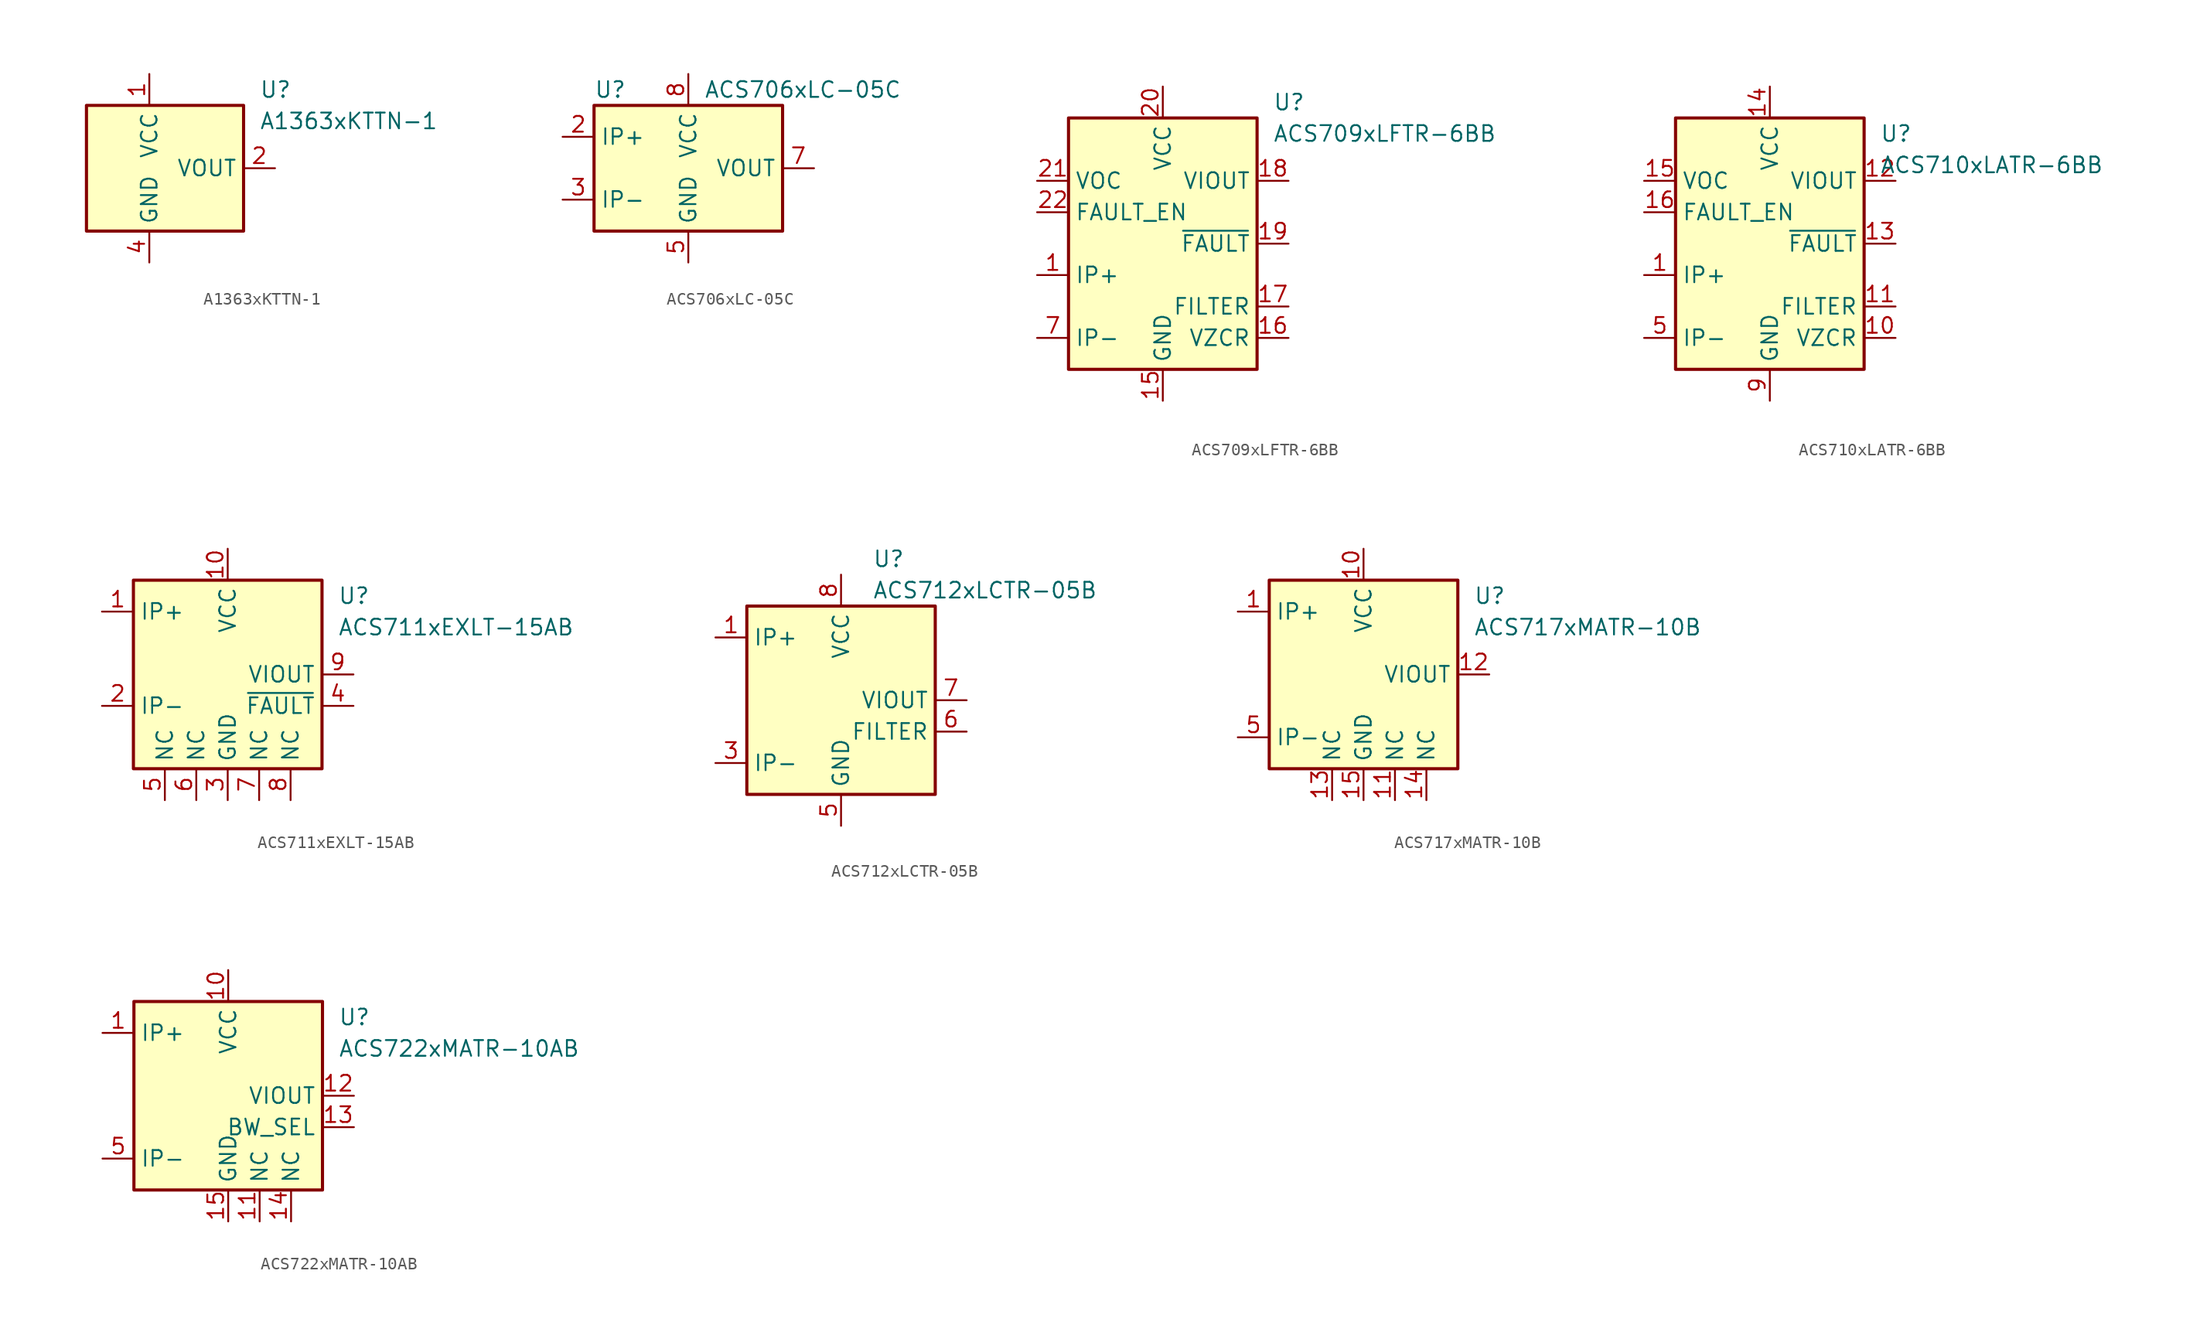
<source format=kicad_sym>
(kicad_symbol_lib
  (version 20220914)
  (generator kicad_symbol_editor)
  (symbol "A1363xKTTN-1"
    (property "Reference" "U"
      (at 8.89 6.35 0)
      (effects (font (size 1.27 1.27)) (justify left)))
    (property "Value" "A1363xKTTN-1"
      (at 8.89 3.81 0)
      (effects (font (size 1.27 1.27)) (justify left)))
    (symbol "A1363xKTTN-1_0_1"
      (rectangle (start -5.08 5.08) (end 7.62 -5.08) (stroke (width 0.254) (type default)) (fill (type background))))
    (symbol "A1363xKTTN-1_1_1"
      (pin power_in line (at 0 7.62 270) (length 2.54) (name "VCC" (effects (font (size 1.27 1.27)))) (number "1" (effects (font (size 1.27 1.27)))))
      (pin output line (at 10.16 0 180) (length 2.54) (name "VOUT" (effects (font (size 1.27 1.27)))) (number "2" (effects (font (size 1.27 1.27)))))
      (pin no_connect line (at 7.62 -2.54 180) (length 2.54) hide (name "NC" (effects (font (size 1.27 1.27)))) (number "3" (effects (font (size 1.27 1.27)))))
      (pin power_in line (at 0 -7.62 90) (length 2.54) (name "GND" (effects (font (size 1.27 1.27)))) (number "4" (effects (font (size 1.27 1.27)))))))
  (symbol "ACS706xLC-05C"
    (property "Reference" "U"
      (at -7.62 6.35 0)
      (effects (font (size 1.27 1.27)) (justify left)))
    (property "Value" "ACS706xLC-05C"
      (at 1.27 6.35 0)
      (effects (font (size 1.27 1.27)) (justify left)))
    (symbol "ACS706xLC-05C_0_1"
      (rectangle (start -7.62 5.08) (end 7.62 -5.08) (stroke (width 0.254) (type default)) (fill (type background))))
    (symbol "ACS706xLC-05C_1_1"
      (pin passive line (at -10.16 2.54 0) (length 2.54) hide (name "IP+" (effects (font (size 1.27 1.27)))) (number "1" (effects (font (size 1.27 1.27)))))
      (pin passive line (at -10.16 2.54 0) (length 2.54) (name "IP+" (effects (font (size 1.27 1.27)))) (number "2" (effects (font (size 1.27 1.27)))))
      (pin passive line (at -10.16 -2.54 0) (length 2.54) (name "IP-" (effects (font (size 1.27 1.27)))) (number "3" (effects (font (size 1.27 1.27)))))
      (pin passive line (at -10.16 -2.54 0) (length 2.54) hide (name "IP-" (effects (font (size 1.27 1.27)))) (number "4" (effects (font (size 1.27 1.27)))))
      (pin power_in line (at 0 -7.62 90) (length 2.54) (name "GND" (effects (font (size 1.27 1.27)))) (number "5" (effects (font (size 1.27 1.27)))))
      (pin no_connect line (at 7.62 -2.54 180) (length 2.54) hide (name "NC" (effects (font (size 1.27 1.27)))) (number "6" (effects (font (size 1.27 1.27)))))
      (pin output line (at 10.16 0 180) (length 2.54) (name "VOUT" (effects (font (size 1.27 1.27)))) (number "7" (effects (font (size 1.27 1.27)))))
      (pin power_in line (at 0 7.62 270) (length 2.54) (name "VCC" (effects (font (size 1.27 1.27)))) (number "8" (effects (font (size 1.27 1.27)))))))
  (symbol "ACS709xLFTR-6BB"
    (property "Reference" "U"
      (at 8.89 11.43 0)
      (effects (font (size 1.27 1.27)) (justify left)))
    (property "Value" "ACS709xLFTR-6BB"
      (at 8.89 8.89 0)
      (effects (font (size 1.27 1.27)) (justify left)))
    (symbol "ACS709xLFTR-6BB_0_1"
      (rectangle (start -7.62 10.16) (end 7.62 -10.16) (stroke (width 0.254) (type default)) (fill (type background))))
    (symbol "ACS709xLFTR-6BB_1_1"
      (pin passive line (at -10.16 -2.54 0) (length 2.54) (name "IP+" (effects (font (size 1.27 1.27)))) (number "1" (effects (font (size 1.27 1.27)))))
      (pin passive line (at -10.16 -7.62 0) (length 2.54) hide (name "IP-" (effects (font (size 1.27 1.27)))) (number "10" (effects (font (size 1.27 1.27)))))
      (pin passive line (at -10.16 -7.62 0) (length 2.54) hide (name "IP-" (effects (font (size 1.27 1.27)))) (number "11" (effects (font (size 1.27 1.27)))))
      (pin passive line (at -10.16 -7.62 0) (length 2.54) hide (name "IP-" (effects (font (size 1.27 1.27)))) (number "12" (effects (font (size 1.27 1.27)))))
      (pin no_connect line (at -7.62 10.16 0) (length 2.54) hide (name "NC" (effects (font (size 1.27 1.27)))) (number "13" (effects (font (size 1.27 1.27)))))
      (pin no_connect line (at -7.62 7.62 0) (length 2.54) hide (name "NC" (effects (font (size 1.27 1.27)))) (number "14" (effects (font (size 1.27 1.27)))))
      (pin power_in line (at 0 -12.7 90) (length 2.54) (name "GND" (effects (font (size 1.27 1.27)))) (number "15" (effects (font (size 1.27 1.27)))))
      (pin passive line (at 10.16 -7.62 180) (length 2.54) (name "VZCR" (effects (font (size 1.27 1.27)))) (number "16" (effects (font (size 1.27 1.27)))))
      (pin passive line (at 10.16 -5.08 180) (length 2.54) (name "FILTER" (effects (font (size 1.27 1.27)))) (number "17" (effects (font (size 1.27 1.27)))))
      (pin output line (at 10.16 5.08 180) (length 2.54) (name "VIOUT" (effects (font (size 1.27 1.27)))) (number "18" (effects (font (size 1.27 1.27)))))
      (pin output line (at 10.16 0 180) (length 2.54) (name "~{FAULT}" (effects (font (size 1.27 1.27)))) (number "19" (effects (font (size 1.27 1.27)))))
      (pin passive line (at -10.16 -2.54 0) (length 2.54) hide (name "IP+" (effects (font (size 1.27 1.27)))) (number "2" (effects (font (size 1.27 1.27)))))
      (pin power_in line (at 0 12.7 270) (length 2.54) (name "VCC" (effects (font (size 1.27 1.27)))) (number "20" (effects (font (size 1.27 1.27)))))
      (pin input line (at -10.16 5.08 0) (length 2.54) (name "VOC" (effects (font (size 1.27 1.27)))) (number "21" (effects (font (size 1.27 1.27)))))
      (pin input line (at -10.16 2.54 0) (length 2.54) (name "FAULT_EN" (effects (font (size 1.27 1.27)))) (number "22" (effects (font (size 1.27 1.27)))))
      (pin no_connect line (at -7.62 0 0) (length 2.54) hide (name "NC" (effects (font (size 1.27 1.27)))) (number "23" (effects (font (size 1.27 1.27)))))
      (pin no_connect line (at -7.62 -5.08 0) (length 2.54) hide (name "NC" (effects (font (size 1.27 1.27)))) (number "24" (effects (font (size 1.27 1.27)))))
      (pin passive line (at -10.16 -2.54 0) (length 2.54) hide (name "IP+" (effects (font (size 1.27 1.27)))) (number "3" (effects (font (size 1.27 1.27)))))
      (pin passive line (at -10.16 -2.54 0) (length 2.54) hide (name "IP+" (effects (font (size 1.27 1.27)))) (number "4" (effects (font (size 1.27 1.27)))))
      (pin passive line (at -10.16 -2.54 0) (length 2.54) hide (name "IP+" (effects (font (size 1.27 1.27)))) (number "5" (effects (font (size 1.27 1.27)))))
      (pin passive line (at -10.16 -2.54 0) (length 2.54) hide (name "IP+" (effects (font (size 1.27 1.27)))) (number "6" (effects (font (size 1.27 1.27)))))
      (pin passive line (at -10.16 -7.62 0) (length 2.54) (name "IP-" (effects (font (size 1.27 1.27)))) (number "7" (effects (font (size 1.27 1.27)))))
      (pin passive line (at -10.16 -7.62 0) (length 2.54) hide (name "IP-" (effects (font (size 1.27 1.27)))) (number "8" (effects (font (size 1.27 1.27)))))
      (pin passive line (at -10.16 -7.62 0) (length 2.54) hide (name "IP-" (effects (font (size 1.27 1.27)))) (number "9" (effects (font (size 1.27 1.27)))))))
  (symbol "ACS710xLATR-6BB"
    (property "Reference" "U"
      (at 8.89 8.89 0)
      (effects (font (size 1.27 1.27)) (justify left)))
    (property "Value" "ACS710xLATR-6BB"
      (at 8.89 6.35 0)
      (effects (font (size 1.27 1.27)) (justify left)))
    (symbol "ACS710xLATR-6BB_0_1"
      (rectangle (start -7.62 10.16) (end 7.62 -10.16) (stroke (width 0.254) (type default)) (fill (type background))))
    (symbol "ACS710xLATR-6BB_1_1"
      (pin passive line (at -10.16 -2.54 0) (length 2.54) (name "IP+" (effects (font (size 1.27 1.27)))) (number "1" (effects (font (size 1.27 1.27)))))
      (pin passive line (at 10.16 -7.62 180) (length 2.54) (name "VZCR" (effects (font (size 1.27 1.27)))) (number "10" (effects (font (size 1.27 1.27)))))
      (pin passive line (at 10.16 -5.08 180) (length 2.54) (name "FILTER" (effects (font (size 1.27 1.27)))) (number "11" (effects (font (size 1.27 1.27)))))
      (pin output line (at 10.16 5.08 180) (length 2.54) (name "VIOUT" (effects (font (size 1.27 1.27)))) (number "12" (effects (font (size 1.27 1.27)))))
      (pin output line (at 10.16 0 180) (length 2.54) (name "~{FAULT}" (effects (font (size 1.27 1.27)))) (number "13" (effects (font (size 1.27 1.27)))))
      (pin power_in line (at 0 12.7 270) (length 2.54) (name "VCC" (effects (font (size 1.27 1.27)))) (number "14" (effects (font (size 1.27 1.27)))))
      (pin input line (at -10.16 5.08 0) (length 2.54) (name "VOC" (effects (font (size 1.27 1.27)))) (number "15" (effects (font (size 1.27 1.27)))))
      (pin input line (at -10.16 2.54 0) (length 2.54) (name "FAULT_EN" (effects (font (size 1.27 1.27)))) (number "16" (effects (font (size 1.27 1.27)))))
      (pin passive line (at -10.16 -2.54 0) (length 2.54) hide (name "IP+" (effects (font (size 1.27 1.27)))) (number "2" (effects (font (size 1.27 1.27)))))
      (pin passive line (at -10.16 -2.54 0) (length 2.54) hide (name "IP+" (effects (font (size 1.27 1.27)))) (number "3" (effects (font (size 1.27 1.27)))))
      (pin passive line (at -10.16 -2.54 0) (length 2.54) hide (name "IP+" (effects (font (size 1.27 1.27)))) (number "4" (effects (font (size 1.27 1.27)))))
      (pin passive line (at -10.16 -7.62 0) (length 2.54) (name "IP-" (effects (font (size 1.27 1.27)))) (number "5" (effects (font (size 1.27 1.27)))))
      (pin passive line (at -10.16 -7.62 0) (length 2.54) hide (name "IP-" (effects (font (size 1.27 1.27)))) (number "6" (effects (font (size 1.27 1.27)))))
      (pin passive line (at -10.16 -7.62 0) (length 2.54) hide (name "IP-" (effects (font (size 1.27 1.27)))) (number "7" (effects (font (size 1.27 1.27)))))
      (pin passive line (at -10.16 -7.62 0) (length 2.54) hide (name "IP-" (effects (font (size 1.27 1.27)))) (number "8" (effects (font (size 1.27 1.27)))))
      (pin power_in line (at 0 -12.7 90) (length 2.54) (name "GND" (effects (font (size 1.27 1.27)))) (number "9" (effects (font (size 1.27 1.27)))))))
  (symbol "ACS711xEXLT-15AB"
    (property "Reference" "U"
      (at 8.89 6.35 0)
      (effects (font (size 1.27 1.27)) (justify left)))
    (property "Value" "ACS711xEXLT-15AB"
      (at 8.89 3.81 0)
      (effects (font (size 1.27 1.27)) (justify left)))
    (symbol "ACS711xEXLT-15AB_0_1"
      (rectangle (start -7.62 7.62) (end 7.62 -7.62) (stroke (width 0.254) (type default)) (fill (type background))))
    (symbol "ACS711xEXLT-15AB_1_1"
      (pin passive line (at -10.16 5.08 0) (length 2.54) (name "IP+" (effects (font (size 1.27 1.27)))) (number "1" (effects (font (size 1.27 1.27)))))
      (pin power_in line (at 0 10.16 270) (length 2.54) (name "VCC" (effects (font (size 1.27 1.27)))) (number "10" (effects (font (size 1.27 1.27)))))
      (pin passive line (at -10.16 -2.54 0) (length 2.54) (name "IP-" (effects (font (size 1.27 1.27)))) (number "2" (effects (font (size 1.27 1.27)))))
      (pin power_in line (at 0 -10.16 90) (length 2.54) (name "GND" (effects (font (size 1.27 1.27)))) (number "3" (effects (font (size 1.27 1.27)))))
      (pin output line (at 10.16 -2.54 180) (length 2.54) (name "~{FAULT}" (effects (font (size 1.27 1.27)))) (number "4" (effects (font (size 1.27 1.27)))))
      (pin passive line (at -5.08 -10.16 90) (length 2.54) (name "NC" (effects (font (size 1.27 1.27)))) (number "5" (effects (font (size 1.27 1.27)))))
      (pin passive line (at -2.54 -10.16 90) (length 2.54) (name "NC" (effects (font (size 1.27 1.27)))) (number "6" (effects (font (size 1.27 1.27)))))
      (pin passive line (at 2.54 -10.16 90) (length 2.54) (name "NC" (effects (font (size 1.27 1.27)))) (number "7" (effects (font (size 1.27 1.27)))))
      (pin passive line (at 5.08 -10.16 90) (length 2.54) (name "NC" (effects (font (size 1.27 1.27)))) (number "8" (effects (font (size 1.27 1.27)))))
      (pin output line (at 10.16 0 180) (length 2.54) (name "VIOUT" (effects (font (size 1.27 1.27)))) (number "9" (effects (font (size 1.27 1.27)))))))
  (symbol "ACS712xLCTR-05B"
    (property "Reference" "U"
      (at 2.54 11.43 0)
      (effects (font (size 1.27 1.27)) (justify left)))
    (property "Value" "ACS712xLCTR-05B"
      (at 2.54 8.89 0)
      (effects (font (size 1.27 1.27)) (justify left)))
    (symbol "ACS712xLCTR-05B_0_1"
      (rectangle (start -7.62 7.62) (end 7.62 -7.62) (stroke (width 0.254) (type default)) (fill (type background))))
    (symbol "ACS712xLCTR-05B_1_1"
      (pin passive line (at -10.16 5.08 0) (length 2.54) (name "IP+" (effects (font (size 1.27 1.27)))) (number "1" (effects (font (size 1.27 1.27)))))
      (pin passive line (at -10.16 5.08 0) (length 2.54) hide (name "IP+" (effects (font (size 1.27 1.27)))) (number "2" (effects (font (size 1.27 1.27)))))
      (pin passive line (at -10.16 -5.08 0) (length 2.54) (name "IP-" (effects (font (size 1.27 1.27)))) (number "3" (effects (font (size 1.27 1.27)))))
      (pin passive line (at -10.16 -5.08 0) (length 2.54) hide (name "IP-" (effects (font (size 1.27 1.27)))) (number "4" (effects (font (size 1.27 1.27)))))
      (pin power_in line (at 0 -10.16 90) (length 2.54) (name "GND" (effects (font (size 1.27 1.27)))) (number "5" (effects (font (size 1.27 1.27)))))
      (pin passive line (at 10.16 -2.54 180) (length 2.54) (name "FILTER" (effects (font (size 1.27 1.27)))) (number "6" (effects (font (size 1.27 1.27)))))
      (pin output line (at 10.16 0 180) (length 2.54) (name "VIOUT" (effects (font (size 1.27 1.27)))) (number "7" (effects (font (size 1.27 1.27)))))
      (pin power_in line (at 0 10.16 270) (length 2.54) (name "VCC" (effects (font (size 1.27 1.27)))) (number "8" (effects (font (size 1.27 1.27)))))))
  (symbol "ACS717xMATR-10B"
    (property "Reference" "U"
      (at 8.89 6.35 0)
      (effects (font (size 1.27 1.27)) (justify left)))
    (property "Value" "ACS717xMATR-10B"
      (at 8.89 3.81 0)
      (effects (font (size 1.27 1.27)) (justify left)))
    (symbol "ACS717xMATR-10B_0_1"
      (rectangle (start -7.62 7.62) (end 7.62 -7.62) (stroke (width 0.254) (type default)) (fill (type background))))
    (symbol "ACS717xMATR-10B_1_1"
      (pin passive line (at -10.16 5.08 0) (length 2.54) (name "IP+" (effects (font (size 1.27 1.27)))) (number "1" (effects (font (size 1.27 1.27)))))
      (pin power_in line (at 0 10.16 270) (length 2.54) (name "VCC" (effects (font (size 1.27 1.27)))) (number "10" (effects (font (size 1.27 1.27)))))
      (pin passive line (at 2.54 -10.16 90) (length 2.54) (name "NC" (effects (font (size 1.27 1.27)))) (number "11" (effects (font (size 1.27 1.27)))))
      (pin output line (at 10.16 0 180) (length 2.54) (name "VIOUT" (effects (font (size 1.27 1.27)))) (number "12" (effects (font (size 1.27 1.27)))))
      (pin passive line (at -2.54 -10.16 90) (length 2.54) (name "NC" (effects (font (size 1.27 1.27)))) (number "13" (effects (font (size 1.27 1.27)))))
      (pin passive line (at 5.08 -10.16 90) (length 2.54) (name "NC" (effects (font (size 1.27 1.27)))) (number "14" (effects (font (size 1.27 1.27)))))
      (pin power_in line (at 0 -10.16 90) (length 2.54) (name "GND" (effects (font (size 1.27 1.27)))) (number "15" (effects (font (size 1.27 1.27)))))
      (pin no_connect line (at 7.62 2.54 180) (length 2.54) hide (name "NC" (effects (font (size 1.27 1.27)))) (number "16" (effects (font (size 1.27 1.27)))))
      (pin passive line (at -10.16 5.08 0) (length 2.54) hide (name "IP+" (effects (font (size 1.27 1.27)))) (number "2" (effects (font (size 1.27 1.27)))))
      (pin passive line (at -10.16 5.08 0) (length 2.54) hide (name "IP+" (effects (font (size 1.27 1.27)))) (number "3" (effects (font (size 1.27 1.27)))))
      (pin passive line (at -10.16 5.08 0) (length 2.54) hide (name "IP+" (effects (font (size 1.27 1.27)))) (number "4" (effects (font (size 1.27 1.27)))))
      (pin passive line (at -10.16 -5.08 0) (length 2.54) (name "IP-" (effects (font (size 1.27 1.27)))) (number "5" (effects (font (size 1.27 1.27)))))
      (pin passive line (at -10.16 -5.08 0) (length 2.54) hide (name "IP-" (effects (font (size 1.27 1.27)))) (number "6" (effects (font (size 1.27 1.27)))))
      (pin passive line (at -10.16 -5.08 0) (length 2.54) hide (name "IP-" (effects (font (size 1.27 1.27)))) (number "7" (effects (font (size 1.27 1.27)))))
      (pin passive line (at -10.16 -5.08 0) (length 2.54) hide (name "IP-" (effects (font (size 1.27 1.27)))) (number "8" (effects (font (size 1.27 1.27)))))
      (pin no_connect line (at 7.62 5.08 180) (length 2.54) hide (name "NC" (effects (font (size 1.27 1.27)))) (number "9" (effects (font (size 1.27 1.27)))))))
  (symbol "ACS722xMATR-10AB"
    (property "Reference" "U"
      (at 8.89 6.35 0)
      (effects (font (size 1.27 1.27)) (justify left)))
    (property "Value" "ACS722xMATR-10AB"
      (at 8.89 3.81 0)
      (effects (font (size 1.27 1.27)) (justify left)))
    (symbol "ACS722xMATR-10AB_0_1"
      (rectangle (start -7.62 7.62) (end 7.62 -7.62) (stroke (width 0.254) (type default)) (fill (type background))))
    (symbol "ACS722xMATR-10AB_1_1"
      (pin passive line (at -10.16 5.08 0) (length 2.54) (name "IP+" (effects (font (size 1.27 1.27)))) (number "1" (effects (font (size 1.27 1.27)))))
      (pin power_in line (at 0 10.16 270) (length 2.54) (name "VCC" (effects (font (size 1.27 1.27)))) (number "10" (effects (font (size 1.27 1.27)))))
      (pin passive line (at 2.54 -10.16 90) (length 2.54) (name "NC" (effects (font (size 1.27 1.27)))) (number "11" (effects (font (size 1.27 1.27)))))
      (pin output line (at 10.16 0 180) (length 2.54) (name "VIOUT" (effects (font (size 1.27 1.27)))) (number "12" (effects (font (size 1.27 1.27)))))
      (pin input line (at 10.16 -2.54 180) (length 2.54) (name "BW_SEL" (effects (font (size 1.27 1.27)))) (number "13" (effects (font (size 1.27 1.27)))))
      (pin passive line (at 5.08 -10.16 90) (length 2.54) (name "NC" (effects (font (size 1.27 1.27)))) (number "14" (effects (font (size 1.27 1.27)))))
      (pin power_in line (at 0 -10.16 90) (length 2.54) (name "GND" (effects (font (size 1.27 1.27)))) (number "15" (effects (font (size 1.27 1.27)))))
      (pin no_connect line (at 7.62 2.54 180) (length 2.54) hide (name "NC" (effects (font (size 1.27 1.27)))) (number "16" (effects (font (size 1.27 1.27)))))
      (pin passive line (at -10.16 5.08 0) (length 2.54) hide (name "IP+" (effects (font (size 1.27 1.27)))) (number "2" (effects (font (size 1.27 1.27)))))
      (pin passive line (at -10.16 5.08 0) (length 2.54) hide (name "IP+" (effects (font (size 1.27 1.27)))) (number "3" (effects (font (size 1.27 1.27)))))
      (pin passive line (at -10.16 5.08 0) (length 2.54) hide (name "IP+" (effects (font (size 1.27 1.27)))) (number "4" (effects (font (size 1.27 1.27)))))
      (pin passive line (at -10.16 -5.08 0) (length 2.54) (name "IP-" (effects (font (size 1.27 1.27)))) (number "5" (effects (font (size 1.27 1.27)))))
      (pin passive line (at -10.16 -5.08 0) (length 2.54) hide (name "IP-" (effects (font (size 1.27 1.27)))) (number "6" (effects (font (size 1.27 1.27)))))
      (pin passive line (at -10.16 -5.08 0) (length 2.54) hide (name "IP-" (effects (font (size 1.27 1.27)))) (number "7" (effects (font (size 1.27 1.27)))))
      (pin passive line (at -10.16 -5.08 0) (length 2.54) hide (name "IP-" (effects (font (size 1.27 1.27)))) (number "8" (effects (font (size 1.27 1.27)))))
      (pin no_connect line (at 7.62 5.08 180) (length 2.54) hide (name "NC" (effects (font (size 1.27 1.27)))) (number "9" (effects (font (size 1.27 1.27))))))))
</source>
